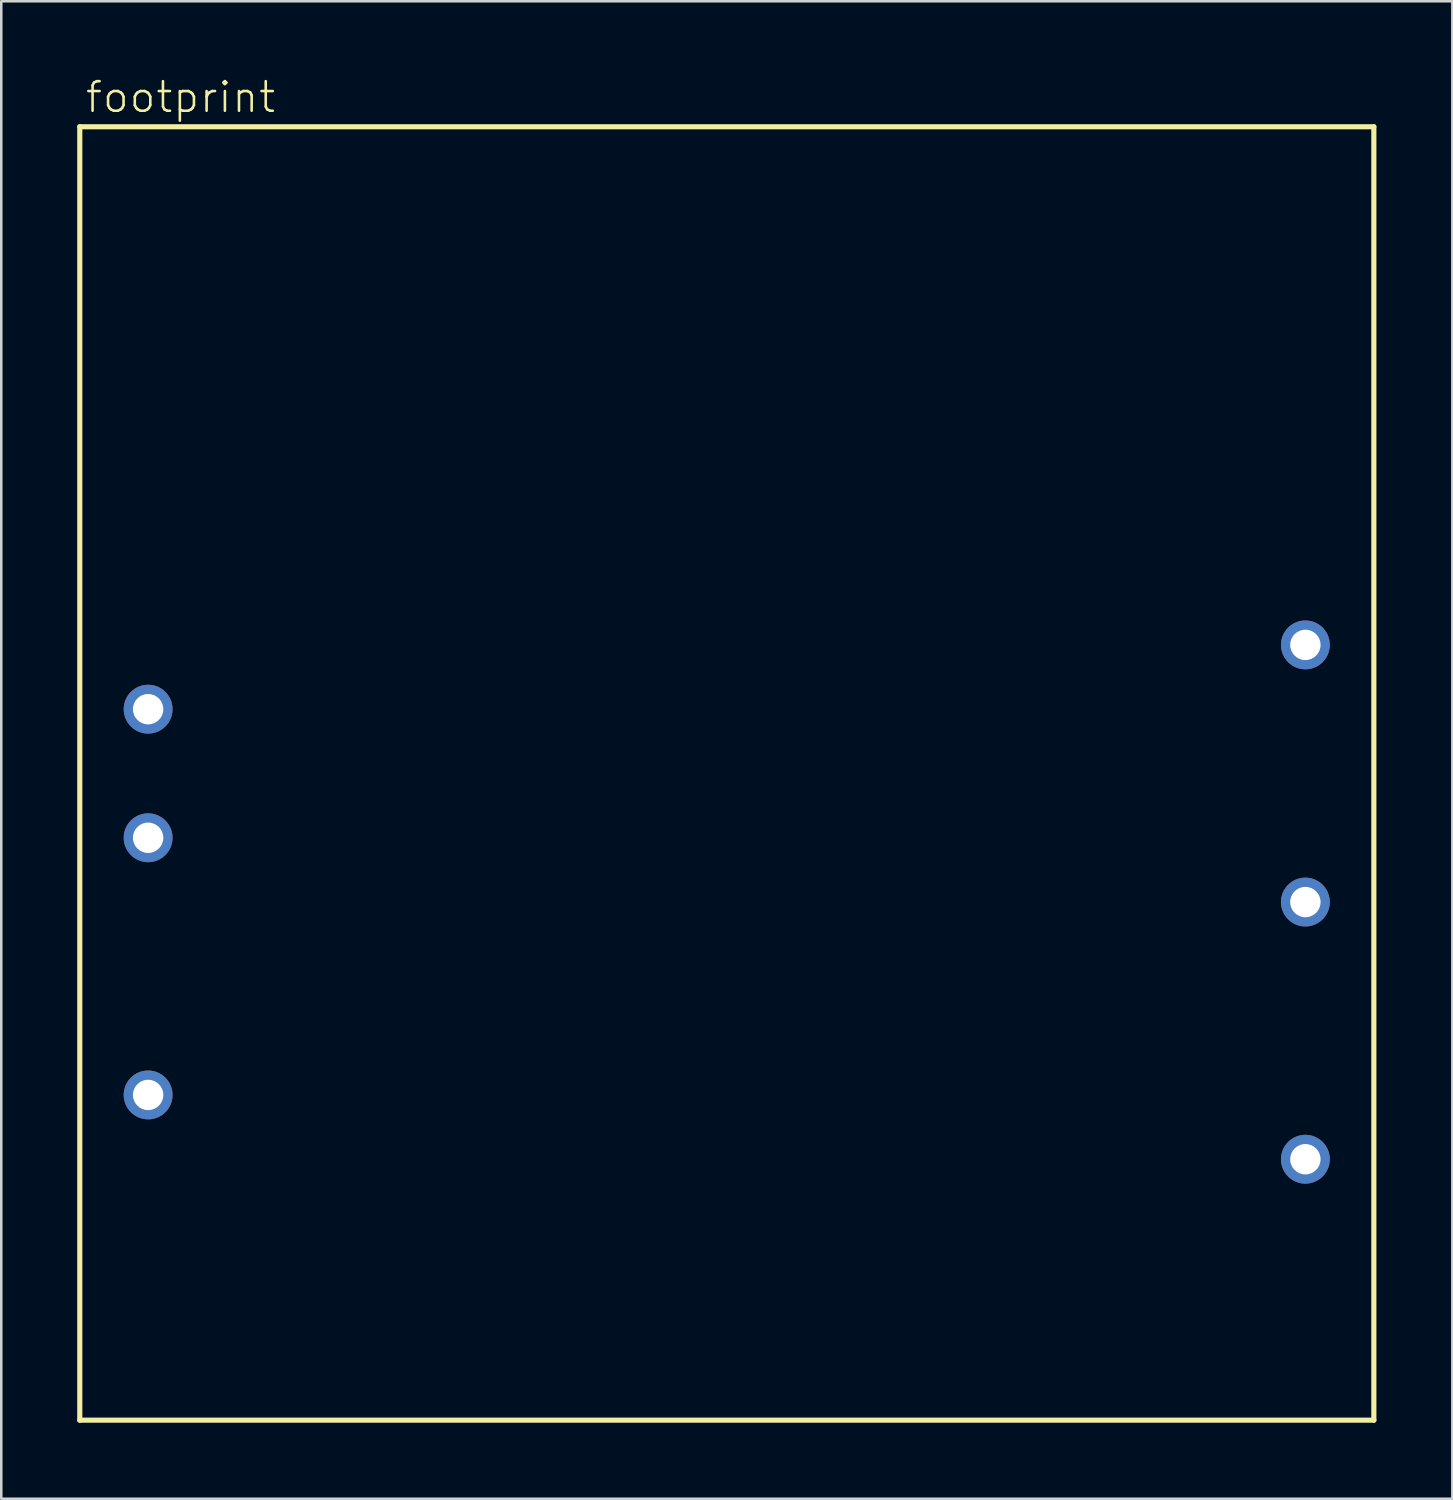
<source format=kicad_pcb>
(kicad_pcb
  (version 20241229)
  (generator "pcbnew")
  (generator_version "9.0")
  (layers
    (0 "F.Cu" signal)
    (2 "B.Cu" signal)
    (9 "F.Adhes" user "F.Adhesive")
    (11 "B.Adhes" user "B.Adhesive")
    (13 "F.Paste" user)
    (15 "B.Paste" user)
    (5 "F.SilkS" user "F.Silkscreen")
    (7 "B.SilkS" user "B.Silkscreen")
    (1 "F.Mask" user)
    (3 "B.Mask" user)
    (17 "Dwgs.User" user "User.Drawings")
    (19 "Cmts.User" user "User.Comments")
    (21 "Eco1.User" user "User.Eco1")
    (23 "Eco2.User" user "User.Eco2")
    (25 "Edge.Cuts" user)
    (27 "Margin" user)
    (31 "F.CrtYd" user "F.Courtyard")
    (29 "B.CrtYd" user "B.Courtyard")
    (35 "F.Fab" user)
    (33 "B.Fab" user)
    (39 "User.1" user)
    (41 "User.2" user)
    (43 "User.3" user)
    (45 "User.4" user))
  (footprint "footprint"
    (layer "F.Cu")
    (at 25.662 27.508)
    (property "Reference" "footprint" (at -25.4 -26.035 0) (layer "F.SilkS") (effects (font (size 1.168 1.168) (thickness 0.102)) (justify left bottom)))
    (fp_line (start -25.56 -25.55) (end 25.565 -25.55) (stroke (width 0.203) (type solid)) (layer "F.SilkS"))
    (fp_line (start -25.56 25.55) (end -25.56 -25.55) (stroke (width 0.203) (type solid)) (layer "F.SilkS"))
    (fp_line (start 25.565 -25.55) (end 25.565 25.55) (stroke (width 0.203) (type solid)) (layer "F.SilkS"))
    (fp_line (start 25.565 25.55) (end -25.56 25.55) (stroke (width 0.203) (type solid)) (layer "F.SilkS"))
    (pad "1" thru_hole circle (at -22.86 -2.54 180) (size 1.93 1.93) (drill 1.2) (layers "*.Cu" "*.Mask"))
    (pad "2" thru_hole circle (at -22.86 2.54 180) (size 1.93 1.93) (drill 1.2) (layers "*.Cu" "*.Mask"))
    (pad "3" thru_hole circle (at -22.86 12.7 180) (size 1.93 1.93) (drill 1.2) (layers "*.Cu" "*.Mask"))
    (pad "5" thru_hole circle (at 22.86 -5.08 180) (size 1.93 1.93) (drill 1.2) (layers "*.Cu" "*.Mask"))
    (pad "6" thru_hole circle (at 22.86 5.08 180) (size 1.93 1.93) (drill 1.2) (layers "*.Cu" "*.Mask"))
    (pad "7" thru_hole circle (at 22.86 15.24 180) (size 1.93 1.93) (drill 1.2) (layers "*.Cu" "*.Mask")))
  (gr_rect
    (start -3 -3)
    (end 54.328 56.16)
    (stroke (width 0.1) (type default))
    (fill no)
    (layer "Edge.Cuts")))
</source>
